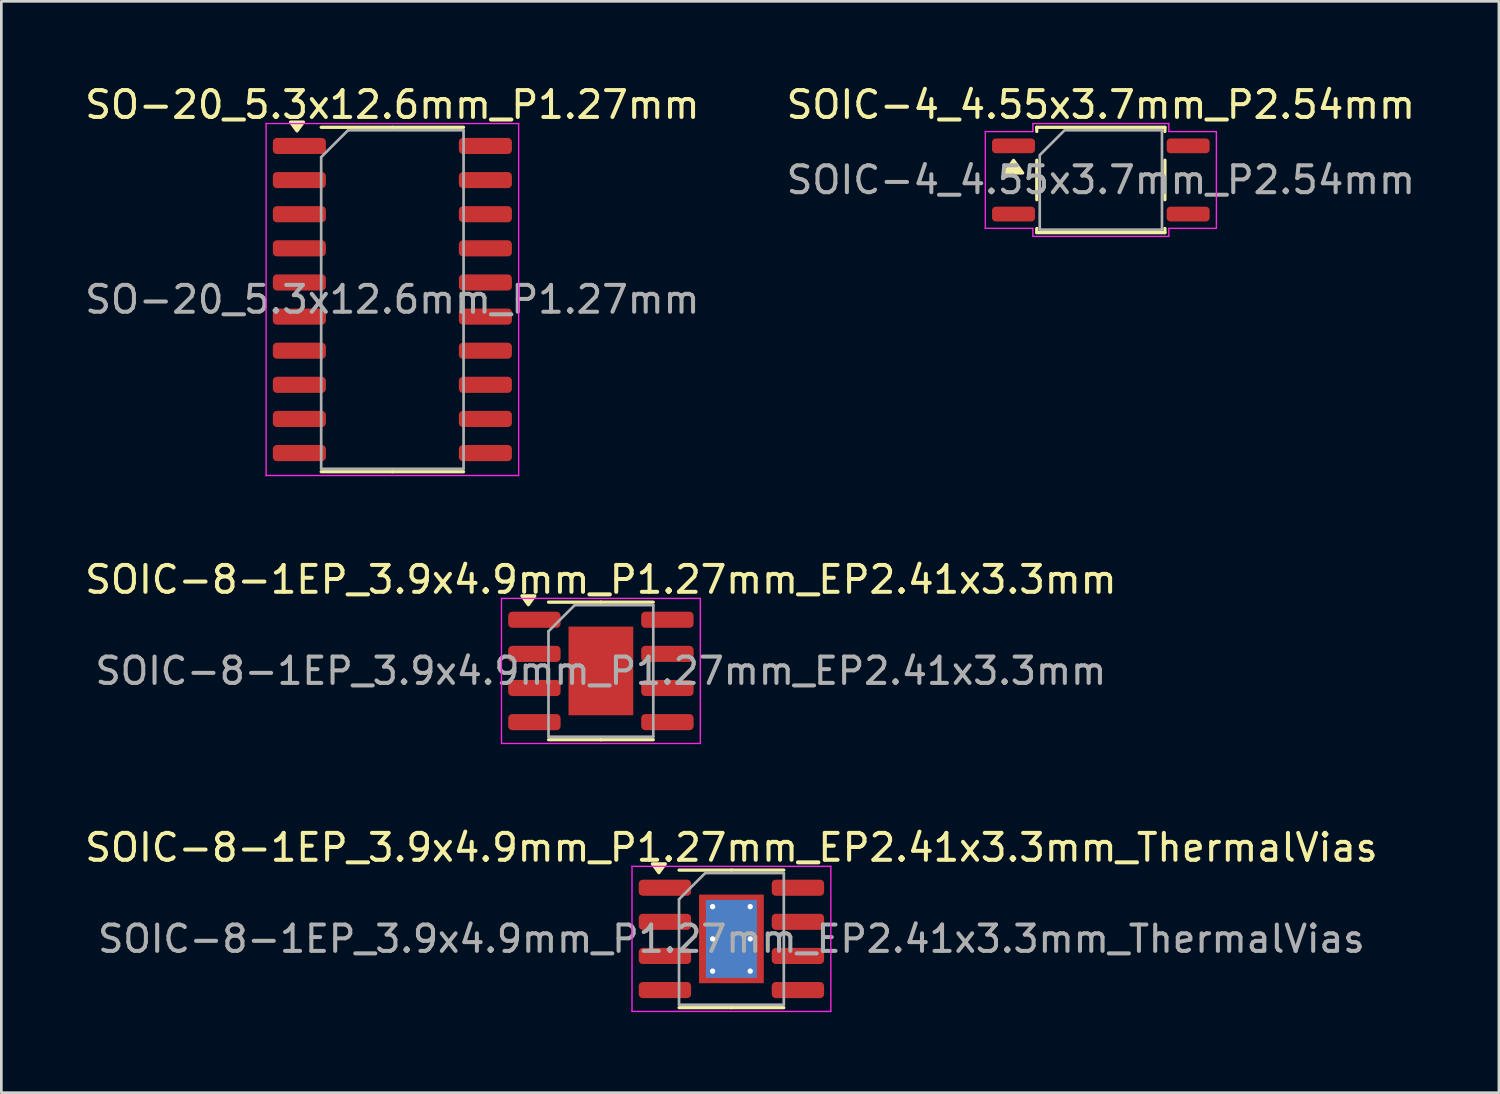
<source format=kicad_pcb>
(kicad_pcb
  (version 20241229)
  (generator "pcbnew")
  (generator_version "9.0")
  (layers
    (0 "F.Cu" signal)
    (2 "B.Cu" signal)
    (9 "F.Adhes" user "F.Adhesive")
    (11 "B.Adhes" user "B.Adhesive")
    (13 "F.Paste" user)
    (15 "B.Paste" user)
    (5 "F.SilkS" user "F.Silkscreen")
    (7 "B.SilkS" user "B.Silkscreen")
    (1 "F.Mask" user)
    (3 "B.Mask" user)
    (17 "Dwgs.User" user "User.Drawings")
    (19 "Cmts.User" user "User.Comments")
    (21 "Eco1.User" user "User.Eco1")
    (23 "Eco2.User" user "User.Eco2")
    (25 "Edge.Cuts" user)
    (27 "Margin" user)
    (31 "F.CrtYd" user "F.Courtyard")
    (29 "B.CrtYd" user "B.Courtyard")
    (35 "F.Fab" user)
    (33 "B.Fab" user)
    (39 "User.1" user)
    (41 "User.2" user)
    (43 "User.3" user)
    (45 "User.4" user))
  (footprint "SOIC-8-1EP_3.9x4.9mm_P1.27mm_EP2.41x3.3mm"
    (layer "F.Cu")
    (at 19.315 21.922)
    (property "Reference" "SOIC-8-1EP_3.9x4.9mm_P1.27mm_EP2.41x3.3mm" (at 0 -3.4 0) (layer "F.SilkS") (effects (font (size 1 1) (thickness 0.15))))
    (attr smd)
    (fp_line (start 0 -2.56) (end -1.95 -2.56) (stroke (width 0.12) (type solid)) (layer "F.SilkS"))
    (fp_line (start 0 -2.56) (end 1.95 -2.56) (stroke (width 0.12) (type solid)) (layer "F.SilkS"))
    (fp_line (start 0 2.56) (end -1.95 2.56) (stroke (width 0.12) (type solid)) (layer "F.SilkS"))
    (fp_line (start 0 2.56) (end 1.95 2.56) (stroke (width 0.12) (type solid)) (layer "F.SilkS"))
    (fp_poly (pts (xy -2.7 -2.465) (xy -2.94 -2.795) (xy -2.46 -2.795) (xy -2.7 -2.465)) (stroke (width 0.12) (type solid)) (fill yes) (layer "F.SilkS"))
    (fp_line (start -3.7 -2.7) (end -3.7 2.7) (stroke (width 0.05) (type solid)) (layer "F.CrtYd"))
    (fp_line (start -3.7 2.7) (end 3.7 2.7) (stroke (width 0.05) (type solid)) (layer "F.CrtYd"))
    (fp_line (start 3.7 -2.7) (end -3.7 -2.7) (stroke (width 0.05) (type solid)) (layer "F.CrtYd"))
    (fp_line (start 3.7 2.7) (end 3.7 -2.7) (stroke (width 0.05) (type solid)) (layer "F.CrtYd"))
    (fp_line (start -1.95 -1.475) (end -0.975 -2.45) (stroke (width 0.1) (type solid)) (layer "F.Fab"))
    (fp_line (start -1.95 2.45) (end -1.95 -1.475) (stroke (width 0.1) (type solid)) (layer "F.Fab"))
    (fp_line (start -0.975 -2.45) (end 1.95 -2.45) (stroke (width 0.1) (type solid)) (layer "F.Fab"))
    (fp_line (start 1.95 -2.45) (end 1.95 2.45) (stroke (width 0.1) (type solid)) (layer "F.Fab"))
    (fp_line (start 1.95 2.45) (end -1.95 2.45) (stroke (width 0.1) (type solid)) (layer "F.Fab"))
    (fp_text user "${REFERENCE}" (at 0 0 0) (layer "F.Fab") (effects (font (size 0.98 0.98) (thickness 0.15))))
    (pad "" smd roundrect (at -0.6 -0.825) (size 0.97 1.33) (layers "F.Paste") (roundrect_rratio 0.25))
    (pad "" smd roundrect (at -0.6 0.825) (size 0.97 1.33) (layers "F.Paste") (roundrect_rratio 0.25))
    (pad "" smd roundrect (at 0.6 -0.825) (size 0.97 1.33) (layers "F.Paste") (roundrect_rratio 0.25))
    (pad "" smd roundrect (at 0.6 0.825) (size 0.97 1.33) (layers "F.Paste") (roundrect_rratio 0.25))
    (pad "1" smd roundrect (at -2.475 -1.905) (size 1.95 0.6) (layers "F.Cu" "F.Mask" "F.Paste") (roundrect_rratio 0.25))
    (pad "2" smd roundrect (at -2.475 -0.635) (size 1.95 0.6) (layers "F.Cu" "F.Mask" "F.Paste") (roundrect_rratio 0.25))
    (pad "3" smd roundrect (at -2.475 0.635) (size 1.95 0.6) (layers "F.Cu" "F.Mask" "F.Paste") (roundrect_rratio 0.25))
    (pad "4" smd roundrect (at -2.475 1.905) (size 1.95 0.6) (layers "F.Cu" "F.Mask" "F.Paste") (roundrect_rratio 0.25))
    (pad "5" smd roundrect (at 2.475 1.905) (size 1.95 0.6) (layers "F.Cu" "F.Mask" "F.Paste") (roundrect_rratio 0.25))
    (pad "6" smd roundrect (at 2.475 0.635) (size 1.95 0.6) (layers "F.Cu" "F.Mask" "F.Paste") (roundrect_rratio 0.25))
    (pad "7" smd roundrect (at 2.475 -0.635) (size 1.95 0.6) (layers "F.Cu" "F.Mask" "F.Paste") (roundrect_rratio 0.25))
    (pad "8" smd roundrect (at 2.475 -1.905) (size 1.95 0.6) (layers "F.Cu" "F.Mask" "F.Paste") (roundrect_rratio 0.25))
    (pad "9" smd rect (at 0 0) (size 2.41 3.3) (property pad_prop_heatsink) (layers "F.Cu" "F.Mask")))
  (footprint "SOIC-4_4.55x3.7mm_P2.54mm"
    (layer "F.Cu")
    (at 37.923 3.648)
    (property "Reference" "SOIC-4_4.55x3.7mm_P2.54mm" (at 0 -2.8 0) (layer "F.SilkS") (effects (font (size 1 1) (thickness 0.15))))
    (attr smd)
    (fp_line (start -2.385 -1.96) (end 2.385 -1.96) (stroke (width 0.12) (type solid)) (layer "F.SilkS"))
    (fp_line (start -2.385 -1.805) (end -2.385 -1.96) (stroke (width 0.12) (type solid)) (layer "F.SilkS"))
    (fp_line (start -2.385 0.735) (end -2.385 -0.735) (stroke (width 0.12) (type solid)) (layer "F.SilkS"))
    (fp_line (start -2.385 1.96) (end -2.385 1.805) (stroke (width 0.12) (type solid)) (layer "F.SilkS"))
    (fp_line (start 2.385 -1.96) (end 2.385 -1.805) (stroke (width 0.12) (type solid)) (layer "F.SilkS"))
    (fp_line (start 2.385 -0.735) (end 2.385 0.735) (stroke (width 0.12) (type solid)) (layer "F.SilkS"))
    (fp_line (start 2.385 1.805) (end 2.385 1.96) (stroke (width 0.12) (type solid)) (layer "F.SilkS"))
    (fp_line (start 2.385 1.96) (end -2.385 1.96) (stroke (width 0.12) (type solid)) (layer "F.SilkS"))
    (fp_poly (pts (xy -3.25 -0.73) (xy -2.91 -0.26) (xy -3.59 -0.26)) (stroke (width 0.12) (type solid)) (fill yes) (layer "F.SilkS"))
    (fp_line (start -4.3 -1.8) (end -2.53 -1.8) (stroke (width 0.05) (type solid)) (layer "F.CrtYd"))
    (fp_line (start -4.3 1.8) (end -4.3 -1.8) (stroke (width 0.05) (type solid)) (layer "F.CrtYd"))
    (fp_line (start -2.53 -2.1) (end 2.53 -2.1) (stroke (width 0.05) (type solid)) (layer "F.CrtYd"))
    (fp_line (start -2.53 -1.8) (end -2.53 -2.1) (stroke (width 0.05) (type solid)) (layer "F.CrtYd"))
    (fp_line (start -2.53 1.8) (end -4.3 1.8) (stroke (width 0.05) (type solid)) (layer "F.CrtYd"))
    (fp_line (start -2.53 2.1) (end -2.53 1.8) (stroke (width 0.05) (type solid)) (layer "F.CrtYd"))
    (fp_line (start 2.53 -2.1) (end 2.53 -1.8) (stroke (width 0.05) (type solid)) (layer "F.CrtYd"))
    (fp_line (start 2.53 -1.8) (end 4.3 -1.8) (stroke (width 0.05) (type solid)) (layer "F.CrtYd"))
    (fp_line (start 2.53 1.8) (end 2.53 2.1) (stroke (width 0.05) (type solid)) (layer "F.CrtYd"))
    (fp_line (start 2.53 2.1) (end -2.53 2.1) (stroke (width 0.05) (type solid)) (layer "F.CrtYd"))
    (fp_line (start 4.3 -1.8) (end 4.3 1.8) (stroke (width 0.05) (type solid)) (layer "F.CrtYd"))
    (fp_line (start 4.3 1.8) (end 2.53 1.8) (stroke (width 0.05) (type solid)) (layer "F.CrtYd"))
    (fp_poly (pts (xy -1.35 -1.85) (xy 2.275 -1.85) (xy 2.275 1.85) (xy -2.275 1.85) (xy -2.275 -0.925)) (stroke (width 0.1) (type solid)) (fill no) (layer "F.Fab"))
    (fp_text user "${REFERENCE}" (at 0 0 0) (layer "F.Fab") (effects (font (size 1 1) (thickness 0.15))))
    (pad "1" smd roundrect (at -3.25 -1.27) (size 1.6 0.55) (layers "F.Cu" "F.Mask" "F.Paste") (roundrect_rratio 0.25))
    (pad "3" smd roundrect (at -3.25 1.27) (size 1.6 0.55) (layers "F.Cu" "F.Mask" "F.Paste") (roundrect_rratio 0.25))
    (pad "4" smd roundrect (at 3.25 1.27) (size 1.6 0.55) (layers "F.Cu" "F.Mask" "F.Paste") (roundrect_rratio 0.25))
    (pad "6" smd roundrect (at 3.25 -1.27) (size 1.6 0.55) (layers "F.Cu" "F.Mask" "F.Paste") (roundrect_rratio 0.25)))
  (footprint "SOIC-8-1EP_3.9x4.9mm_P1.27mm_EP2.41x3.3mm_ThermalVias"
    (layer "F.Cu")
    (at 24.173 31.895)
    (property "Reference" "SOIC-8-1EP_3.9x4.9mm_P1.27mm_EP2.41x3.3mm_ThermalVias" (at 0 -3.4 0) (layer "F.SilkS") (effects (font (size 1 1) (thickness 0.15))))
    (attr smd)
    (fp_line (start 0 -2.56) (end -1.95 -2.56) (stroke (width 0.12) (type solid)) (layer "F.SilkS"))
    (fp_line (start 0 -2.56) (end 1.95 -2.56) (stroke (width 0.12) (type solid)) (layer "F.SilkS"))
    (fp_line (start 0 2.56) (end -1.95 2.56) (stroke (width 0.12) (type solid)) (layer "F.SilkS"))
    (fp_line (start 0 2.56) (end 1.95 2.56) (stroke (width 0.12) (type solid)) (layer "F.SilkS"))
    (fp_poly (pts (xy -2.7 -2.465) (xy -2.94 -2.795) (xy -2.46 -2.795) (xy -2.7 -2.465)) (stroke (width 0.12) (type solid)) (fill yes) (layer "F.SilkS"))
    (fp_line (start -3.7 -2.7) (end -3.7 2.7) (stroke (width 0.05) (type solid)) (layer "F.CrtYd"))
    (fp_line (start -3.7 2.7) (end 3.7 2.7) (stroke (width 0.05) (type solid)) (layer "F.CrtYd"))
    (fp_line (start 3.7 -2.7) (end -3.7 -2.7) (stroke (width 0.05) (type solid)) (layer "F.CrtYd"))
    (fp_line (start 3.7 2.7) (end 3.7 -2.7) (stroke (width 0.05) (type solid)) (layer "F.CrtYd"))
    (fp_line (start -1.95 -1.475) (end -0.975 -2.45) (stroke (width 0.1) (type solid)) (layer "F.Fab"))
    (fp_line (start -1.95 2.45) (end -1.95 -1.475) (stroke (width 0.1) (type solid)) (layer "F.Fab"))
    (fp_line (start -0.975 -2.45) (end 1.95 -2.45) (stroke (width 0.1) (type solid)) (layer "F.Fab"))
    (fp_line (start 1.95 -2.45) (end 1.95 2.45) (stroke (width 0.1) (type solid)) (layer "F.Fab"))
    (fp_line (start 1.95 2.45) (end -1.95 2.45) (stroke (width 0.1) (type solid)) (layer "F.Fab"))
    (fp_text user "${REFERENCE}" (at 0 0 0) (layer "F.Fab") (effects (font (size 0.98 0.98) (thickness 0.15))))
    (pad "" smd roundrect (at -0.6 -0.825) (size 1.01 1.38) (layers "F.Paste") (roundrect_rratio 0.248))
    (pad "" smd roundrect (at -0.6 0.825) (size 1.01 1.38) (layers "F.Paste") (roundrect_rratio 0.248))
    (pad "" smd roundrect (at 0.6 -0.825) (size 1.01 1.38) (layers "F.Paste") (roundrect_rratio 0.248))
    (pad "" smd roundrect (at 0.6 0.825) (size 1.01 1.38) (layers "F.Paste") (roundrect_rratio 0.248))
    (pad "1" smd roundrect (at -2.475 -1.905) (size 1.95 0.6) (layers "F.Cu" "F.Mask" "F.Paste") (roundrect_rratio 0.25))
    (pad "2" smd roundrect (at -2.475 -0.635) (size 1.95 0.6) (layers "F.Cu" "F.Mask" "F.Paste") (roundrect_rratio 0.25))
    (pad "3" smd roundrect (at -2.475 0.635) (size 1.95 0.6) (layers "F.Cu" "F.Mask" "F.Paste") (roundrect_rratio 0.25))
    (pad "4" smd roundrect (at -2.475 1.905) (size 1.95 0.6) (layers "F.Cu" "F.Mask" "F.Paste") (roundrect_rratio 0.25))
    (pad "5" smd roundrect (at 2.475 1.905) (size 1.95 0.6) (layers "F.Cu" "F.Mask" "F.Paste") (roundrect_rratio 0.25))
    (pad "6" smd roundrect (at 2.475 0.635) (size 1.95 0.6) (layers "F.Cu" "F.Mask" "F.Paste") (roundrect_rratio 0.25))
    (pad "7" smd roundrect (at 2.475 -0.635) (size 1.95 0.6) (layers "F.Cu" "F.Mask" "F.Paste") (roundrect_rratio 0.25))
    (pad "8" smd roundrect (at 2.475 -1.905) (size 1.95 0.6) (layers "F.Cu" "F.Mask" "F.Paste") (roundrect_rratio 0.25))
    (pad "9" thru_hole circle (at -0.7 -1.2) (size 0.5 0.5) (drill 0.2) (property pad_prop_heatsink) (layers "*.Cu"))
    (pad "9" thru_hole circle (at -0.7 0) (size 0.5 0.5) (drill 0.2) (property pad_prop_heatsink) (layers "*.Cu"))
    (pad "9" thru_hole circle (at -0.7 1.2) (size 0.5 0.5) (drill 0.2) (property pad_prop_heatsink) (layers "*.Cu"))
    (pad "9" smd rect (at 0 0) (size 1.9 2.9) (property pad_prop_heatsink) (layers "B.Cu"))
    (pad "9" smd rect (at 0 0) (size 2.41 3.3) (property pad_prop_heatsink) (layers "F.Cu" "F.Mask"))
    (pad "9" thru_hole circle (at 0.7 -1.2) (size 0.5 0.5) (drill 0.2) (property pad_prop_heatsink) (layers "*.Cu"))
    (pad "9" thru_hole circle (at 0.7 0) (size 0.5 0.5) (drill 0.2) (property pad_prop_heatsink) (layers "*.Cu"))
    (pad "9" thru_hole circle (at 0.7 1.2) (size 0.5 0.5) (drill 0.2) (property pad_prop_heatsink) (layers "*.Cu")))
  (footprint "SO-20_5.3x12.6mm_P1.27mm"
    (layer "F.Cu")
    (at 11.554 8.098)
    (property "Reference" "SO-20_5.3x12.6mm_P1.27mm" (at 0 -7.25 0) (layer "F.SilkS") (effects (font (size 1 1) (thickness 0.15))))
    (attr smd)
    (fp_line (start 0 -6.41) (end -2.65 -6.41) (stroke (width 0.12) (type solid)) (layer "F.SilkS"))
    (fp_line (start 0 -6.41) (end 2.65 -6.41) (stroke (width 0.12) (type solid)) (layer "F.SilkS"))
    (fp_line (start 0 6.41) (end -2.65 6.41) (stroke (width 0.12) (type solid)) (layer "F.SilkS"))
    (fp_line (start 0 6.41) (end 2.65 6.41) (stroke (width 0.12) (type solid)) (layer "F.SilkS"))
    (fp_poly (pts (xy -3.55 -6.275) (xy -3.79 -6.605) (xy -3.31 -6.605) (xy -3.55 -6.275)) (stroke (width 0.12) (type solid)) (fill yes) (layer "F.SilkS"))
    (fp_line (start -4.7 -6.55) (end -4.7 6.55) (stroke (width 0.05) (type solid)) (layer "F.CrtYd"))
    (fp_line (start -4.7 6.55) (end 4.7 6.55) (stroke (width 0.05) (type solid)) (layer "F.CrtYd"))
    (fp_line (start 4.7 -6.55) (end -4.7 -6.55) (stroke (width 0.05) (type solid)) (layer "F.CrtYd"))
    (fp_line (start 4.7 6.55) (end 4.7 -6.55) (stroke (width 0.05) (type solid)) (layer "F.CrtYd"))
    (fp_line (start -2.65 -5.3) (end -1.65 -6.3) (stroke (width 0.1) (type solid)) (layer "F.Fab"))
    (fp_line (start -2.65 6.3) (end -2.65 -5.3) (stroke (width 0.1) (type solid)) (layer "F.Fab"))
    (fp_line (start -1.65 -6.3) (end 2.65 -6.3) (stroke (width 0.1) (type solid)) (layer "F.Fab"))
    (fp_line (start 2.65 -6.3) (end 2.65 6.3) (stroke (width 0.1) (type solid)) (layer "F.Fab"))
    (fp_line (start 2.65 6.3) (end -2.65 6.3) (stroke (width 0.1) (type solid)) (layer "F.Fab"))
    (fp_text user "${REFERENCE}" (at 0 0 0) (layer "F.Fab") (effects (font (size 1 1) (thickness 0.15))))
    (pad "1" smd roundrect (at -3.462 -5.715) (size 1.975 0.6) (layers "F.Cu" "F.Mask" "F.Paste") (roundrect_rratio 0.25))
    (pad "2" smd roundrect (at -3.462 -4.445) (size 1.975 0.6) (layers "F.Cu" "F.Mask" "F.Paste") (roundrect_rratio 0.25))
    (pad "3" smd roundrect (at -3.462 -3.175) (size 1.975 0.6) (layers "F.Cu" "F.Mask" "F.Paste") (roundrect_rratio 0.25))
    (pad "4" smd roundrect (at -3.462 -1.905) (size 1.975 0.6) (layers "F.Cu" "F.Mask" "F.Paste") (roundrect_rratio 0.25))
    (pad "5" smd roundrect (at -3.462 -0.635) (size 1.975 0.6) (layers "F.Cu" "F.Mask" "F.Paste") (roundrect_rratio 0.25))
    (pad "6" smd roundrect (at -3.462 0.635) (size 1.975 0.6) (layers "F.Cu" "F.Mask" "F.Paste") (roundrect_rratio 0.25))
    (pad "7" smd roundrect (at -3.462 1.905) (size 1.975 0.6) (layers "F.Cu" "F.Mask" "F.Paste") (roundrect_rratio 0.25))
    (pad "8" smd roundrect (at -3.462 3.175) (size 1.975 0.6) (layers "F.Cu" "F.Mask" "F.Paste") (roundrect_rratio 0.25))
    (pad "9" smd roundrect (at -3.462 4.445) (size 1.975 0.6) (layers "F.Cu" "F.Mask" "F.Paste") (roundrect_rratio 0.25))
    (pad "10" smd roundrect (at -3.462 5.715) (size 1.975 0.6) (layers "F.Cu" "F.Mask" "F.Paste") (roundrect_rratio 0.25))
    (pad "11" smd roundrect (at 3.462 5.715) (size 1.975 0.6) (layers "F.Cu" "F.Mask" "F.Paste") (roundrect_rratio 0.25))
    (pad "12" smd roundrect (at 3.462 4.445) (size 1.975 0.6) (layers "F.Cu" "F.Mask" "F.Paste") (roundrect_rratio 0.25))
    (pad "13" smd roundrect (at 3.462 3.175) (size 1.975 0.6) (layers "F.Cu" "F.Mask" "F.Paste") (roundrect_rratio 0.25))
    (pad "14" smd roundrect (at 3.462 1.905) (size 1.975 0.6) (layers "F.Cu" "F.Mask" "F.Paste") (roundrect_rratio 0.25))
    (pad "15" smd roundrect (at 3.462 0.635) (size 1.975 0.6) (layers "F.Cu" "F.Mask" "F.Paste") (roundrect_rratio 0.25))
    (pad "16" smd roundrect (at 3.462 -0.635) (size 1.975 0.6) (layers "F.Cu" "F.Mask" "F.Paste") (roundrect_rratio 0.25))
    (pad "17" smd roundrect (at 3.462 -1.905) (size 1.975 0.6) (layers "F.Cu" "F.Mask" "F.Paste") (roundrect_rratio 0.25))
    (pad "18" smd roundrect (at 3.462 -3.175) (size 1.975 0.6) (layers "F.Cu" "F.Mask" "F.Paste") (roundrect_rratio 0.25))
    (pad "19" smd roundrect (at 3.462 -4.445) (size 1.975 0.6) (layers "F.Cu" "F.Mask" "F.Paste") (roundrect_rratio 0.25))
    (pad "20" smd roundrect (at 3.462 -5.715) (size 1.975 0.6) (layers "F.Cu" "F.Mask" "F.Paste") (roundrect_rratio 0.25)))
  (gr_rect
    (start -3 -3)
    (end 52.738 37.62)
    (stroke (width 0.1) (type default))
    (fill no)
    (layer "Edge.Cuts")))
</source>
